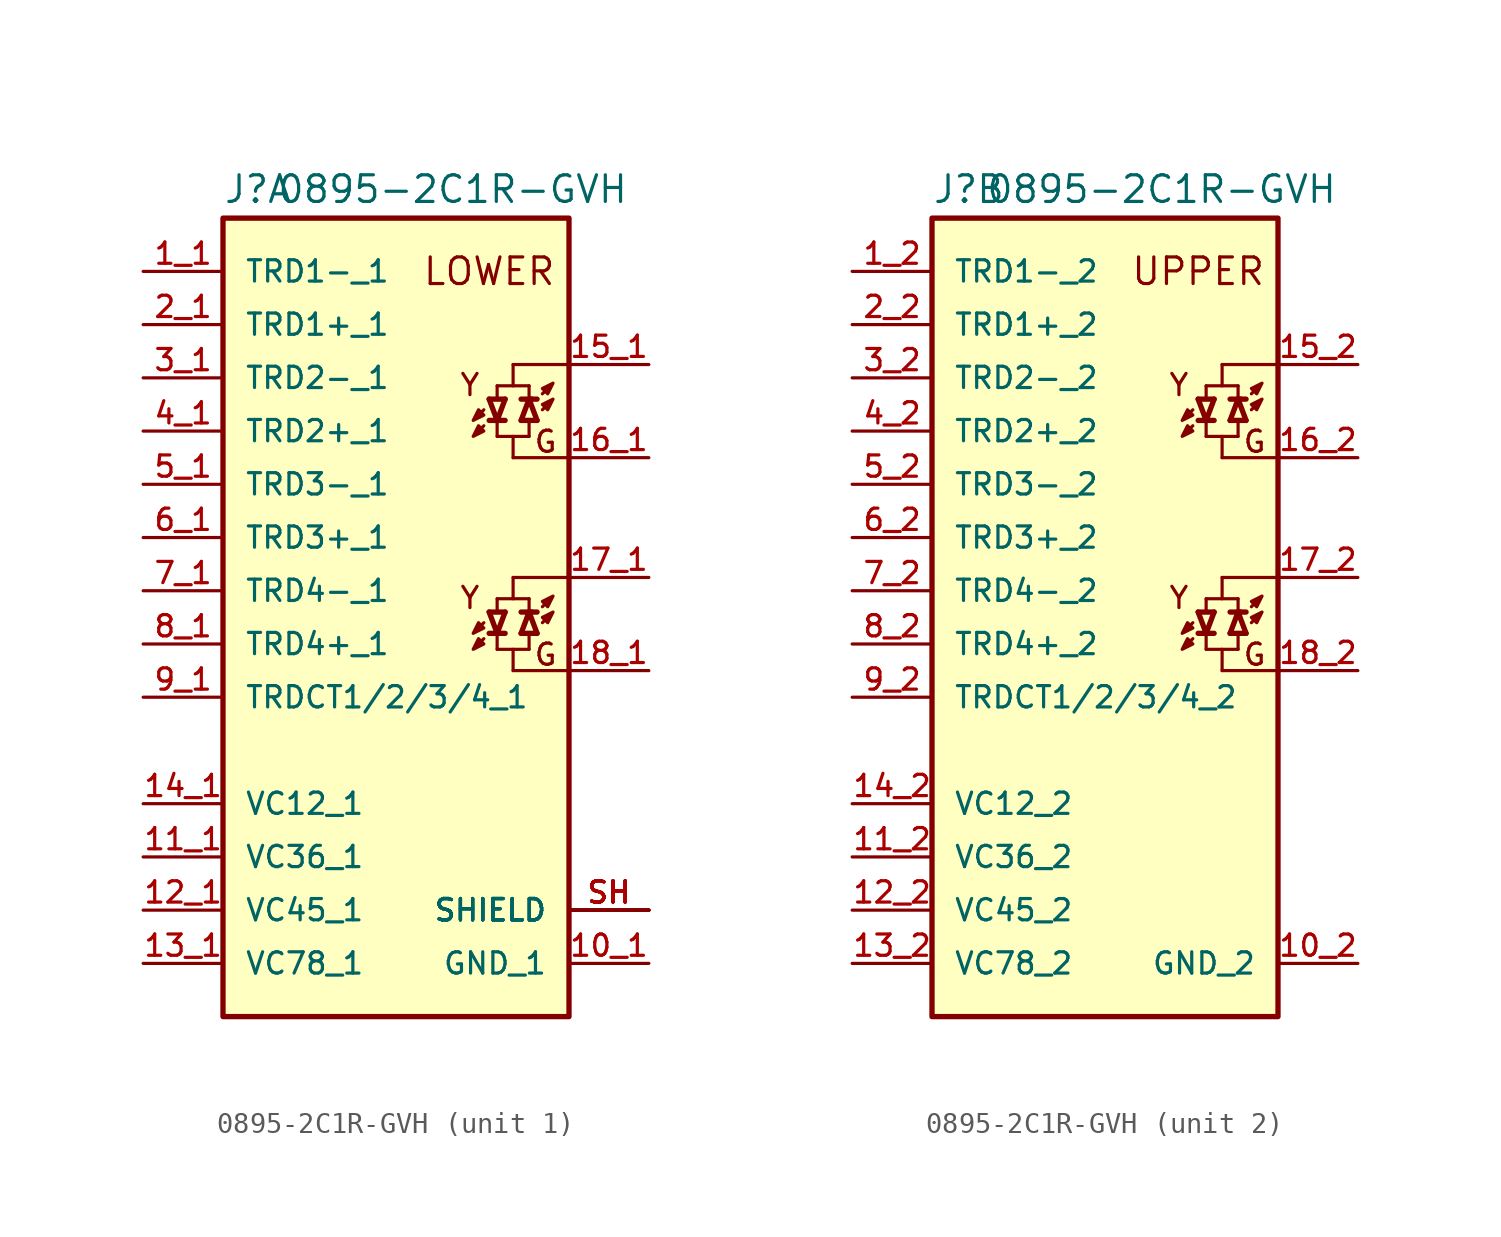
<source format=kicad_sym>
(kicad_symbol_lib
  (version 20211014)
  (generator kicad_symbol_editor)
  (symbol "0895-2C1R-GVH"
    (pin_names
      (offset 1.016))
    (property "Reference" "J"
      (at -7.62 20.955 0)
      (effects (font (size 1.27 1.27)) (justify left bottom)))
    (property "Value" "0895-2C1R-GVH"
      (at -5.08 20.955 0)
      (effects (font (size 1.27 1.27)) (justify left bottom)))
    (symbol "0895-2C1R-GVH_1_0"
      (rectangle (start -7.62 20.32) (end 8.89 -17.78) (stroke (width 0.254) (type default) (color 0 0 0 0)) (fill (type background)))
      (polyline (pts (xy 4.826 0.254) (xy 4.572 0)) (stroke (width 0.152) (type default) (color 0 0 0 0)) (fill (type none)))
      (polyline (pts (xy 4.826 1.016) (xy 4.572 0.762)) (stroke (width 0.152) (type default) (color 0 0 0 0)) (fill (type none)))
      (polyline (pts (xy 4.826 10.414) (xy 4.572 10.16)) (stroke (width 0.152) (type default) (color 0 0 0 0)) (fill (type none)))
      (polyline (pts (xy 4.826 11.176) (xy 4.572 10.922)) (stroke (width 0.152) (type default) (color 0 0 0 0)) (fill (type none)))
      (polyline (pts (xy 5.08 0.508) (xy 5.461 0.508)) (stroke (width 0.254) (type default) (color 0 0 0 0)) (fill (type none)))
      (polyline (pts (xy 5.08 1.524) (xy 5.461 0.508)) (stroke (width 0.254) (type default) (color 0 0 0 0)) (fill (type none)))
      (polyline (pts (xy 5.08 1.524) (xy 5.842 1.524)) (stroke (width 0.254) (type default) (color 0 0 0 0)) (fill (type none)))
      (polyline (pts (xy 5.08 10.668) (xy 5.461 10.668)) (stroke (width 0.254) (type default) (color 0 0 0 0)) (fill (type none)))
      (polyline (pts (xy 5.08 11.684) (xy 5.461 10.668)) (stroke (width 0.254) (type default) (color 0 0 0 0)) (fill (type none)))
      (polyline (pts (xy 5.08 11.684) (xy 5.842 11.684)) (stroke (width 0.254) (type default) (color 0 0 0 0)) (fill (type none)))
      (polyline (pts (xy 5.334 0.508) (xy 5.842 0.508)) (stroke (width 0.254) (type default) (color 0 0 0 0)) (fill (type none)))
      (polyline (pts (xy 5.334 10.668) (xy 5.842 10.668)) (stroke (width 0.254) (type default) (color 0 0 0 0)) (fill (type none)))
      (polyline (pts (xy 5.461 -0.254) (xy 6.985 -0.254)) (stroke (width 0.152) (type default) (color 0 0 0 0)) (fill (type none)))
      (polyline (pts (xy 5.461 0.381) (xy 5.461 -0.254)) (stroke (width 0.152) (type default) (color 0 0 0 0)) (fill (type none)))
      (polyline (pts (xy 5.461 0.508) (xy 5.842 1.524)) (stroke (width 0.254) (type default) (color 0 0 0 0)) (fill (type none)))
      (polyline (pts (xy 5.461 1.524) (xy 5.461 2.159)) (stroke (width 0.152) (type default) (color 0 0 0 0)) (fill (type none)))
      (polyline (pts (xy 5.461 9.906) (xy 6.985 9.906)) (stroke (width 0.152) (type default) (color 0 0 0 0)) (fill (type none)))
      (polyline (pts (xy 5.461 10.541) (xy 5.461 9.906)) (stroke (width 0.152) (type default) (color 0 0 0 0)) (fill (type none)))
      (polyline (pts (xy 5.461 10.668) (xy 5.842 11.684)) (stroke (width 0.254) (type default) (color 0 0 0 0)) (fill (type none)))
      (polyline (pts (xy 5.461 11.684) (xy 5.461 12.319)) (stroke (width 0.152) (type default) (color 0 0 0 0)) (fill (type none)))
      (polyline (pts (xy 6.223 -1.27) (xy 6.223 -0.254)) (stroke (width 0.152) (type default) (color 0 0 0 0)) (fill (type none)))
      (polyline (pts (xy 6.223 -1.27) (xy 8.89 -1.27)) (stroke (width 0.152) (type default) (color 0 0 0 0)) (fill (type none)))
      (polyline (pts (xy 6.223 2.159) (xy 6.223 3.175)) (stroke (width 0.152) (type default) (color 0 0 0 0)) (fill (type none)))
      (polyline (pts (xy 6.223 3.175) (xy 8.89 3.175)) (stroke (width 0.152) (type default) (color 0 0 0 0)) (fill (type none)))
      (polyline (pts (xy 6.223 8.89) (xy 6.223 9.906)) (stroke (width 0.152) (type default) (color 0 0 0 0)) (fill (type none)))
      (polyline (pts (xy 6.223 8.89) (xy 8.89 8.89)) (stroke (width 0.152) (type default) (color 0 0 0 0)) (fill (type none)))
      (polyline (pts (xy 6.223 12.319) (xy 6.223 13.335)) (stroke (width 0.152) (type default) (color 0 0 0 0)) (fill (type none)))
      (polyline (pts (xy 6.223 13.335) (xy 8.89 13.335)) (stroke (width 0.152) (type default) (color 0 0 0 0)) (fill (type none)))
      (polyline (pts (xy 6.985 0.381) (xy 6.985 -0.254)) (stroke (width 0.152) (type default) (color 0 0 0 0)) (fill (type none)))
      (polyline (pts (xy 6.985 1.524) (xy 6.604 0.508)) (stroke (width 0.254) (type default) (color 0 0 0 0)) (fill (type none)))
      (polyline (pts (xy 6.985 1.524) (xy 6.985 2.159)) (stroke (width 0.152) (type default) (color 0 0 0 0)) (fill (type none)))
      (polyline (pts (xy 6.985 2.159) (xy 5.461 2.159)) (stroke (width 0.152) (type default) (color 0 0 0 0)) (fill (type none)))
      (polyline (pts (xy 6.985 10.541) (xy 6.985 9.906)) (stroke (width 0.152) (type default) (color 0 0 0 0)) (fill (type none)))
      (polyline (pts (xy 6.985 11.684) (xy 6.604 10.668)) (stroke (width 0.254) (type default) (color 0 0 0 0)) (fill (type none)))
      (polyline (pts (xy 6.985 11.684) (xy 6.985 12.319)) (stroke (width 0.152) (type default) (color 0 0 0 0)) (fill (type none)))
      (polyline (pts (xy 6.985 12.319) (xy 5.461 12.319)) (stroke (width 0.152) (type default) (color 0 0 0 0)) (fill (type none)))
      (polyline (pts (xy 7.112 1.524) (xy 6.604 1.524)) (stroke (width 0.254) (type default) (color 0 0 0 0)) (fill (type none)))
      (polyline (pts (xy 7.112 11.684) (xy 6.604 11.684)) (stroke (width 0.254) (type default) (color 0 0 0 0)) (fill (type none)))
      (polyline (pts (xy 7.366 0.508) (xy 6.604 0.508)) (stroke (width 0.254) (type default) (color 0 0 0 0)) (fill (type none)))
      (polyline (pts (xy 7.366 0.508) (xy 6.985 1.524)) (stroke (width 0.254) (type default) (color 0 0 0 0)) (fill (type none)))
      (polyline (pts (xy 7.366 1.524) (xy 6.985 1.524)) (stroke (width 0.254) (type default) (color 0 0 0 0)) (fill (type none)))
      (polyline (pts (xy 7.366 10.668) (xy 6.604 10.668)) (stroke (width 0.254) (type default) (color 0 0 0 0)) (fill (type none)))
      (polyline (pts (xy 7.366 10.668) (xy 6.985 11.684)) (stroke (width 0.254) (type default) (color 0 0 0 0)) (fill (type none)))
      (polyline (pts (xy 7.366 11.684) (xy 6.985 11.684)) (stroke (width 0.254) (type default) (color 0 0 0 0)) (fill (type none)))
      (polyline (pts (xy 7.62 1.016) (xy 7.874 1.27)) (stroke (width 0.152) (type default) (color 0 0 0 0)) (fill (type none)))
      (polyline (pts (xy 7.62 1.778) (xy 7.874 2.032)) (stroke (width 0.152) (type default) (color 0 0 0 0)) (fill (type none)))
      (polyline (pts (xy 7.62 11.176) (xy 7.874 11.43)) (stroke (width 0.152) (type default) (color 0 0 0 0)) (fill (type none)))
      (polyline (pts (xy 7.62 11.938) (xy 7.874 12.192)) (stroke (width 0.152) (type default) (color 0 0 0 0)) (fill (type none)))
      (polyline (pts (xy 4.318 -0.254) (xy 4.826 0) (xy 4.572 0.254) (xy 4.318 -0.254)) (stroke (width 0.152) (type default) (color 0 0 0 0)) (fill (type outline)))
      (polyline (pts (xy 4.318 0.508) (xy 4.826 0.762) (xy 4.572 1.016) (xy 4.318 0.508)) (stroke (width 0.152) (type default) (color 0 0 0 0)) (fill (type outline)))
      (polyline (pts (xy 4.318 9.906) (xy 4.826 10.16) (xy 4.572 10.414) (xy 4.318 9.906)) (stroke (width 0.152) (type default) (color 0 0 0 0)) (fill (type outline)))
      (polyline (pts (xy 4.318 10.668) (xy 4.826 10.922) (xy 4.572 11.176) (xy 4.318 10.668)) (stroke (width 0.152) (type default) (color 0 0 0 0)) (fill (type outline)))
      (polyline (pts (xy 8.128 1.524) (xy 7.62 1.27) (xy 7.874 1.016) (xy 8.128 1.524)) (stroke (width 0.152) (type default) (color 0 0 0 0)) (fill (type outline)))
      (polyline (pts (xy 8.128 2.286) (xy 7.62 2.032) (xy 7.874 1.778) (xy 8.128 2.286)) (stroke (width 0.152) (type default) (color 0 0 0 0)) (fill (type outline)))
      (polyline (pts (xy 8.128 11.684) (xy 7.62 11.43) (xy 7.874 11.176) (xy 8.128 11.684)) (stroke (width 0.152) (type default) (color 0 0 0 0)) (fill (type outline)))
      (polyline (pts (xy 8.128 12.446) (xy 7.62 12.192) (xy 7.874 11.938) (xy 8.128 12.446)) (stroke (width 0.152) (type default) (color 0 0 0 0)) (fill (type outline)))
      (text "G" (at 8.382 -0.508 0) (effects (font (size 1.016 1.016)) (justify right)))
      (text "G" (at 8.382 9.652 0) (effects (font (size 1.016 1.016)) (justify right)))
      (text "LOWER" (at 5.08 17.78 0) (effects (font (size 1.27 1.27))))
      (text "Y" (at 4.699 2.794 0) (effects (font (size 1.016 1.016)) (justify right top)))
      (text "Y" (at 4.699 12.954 0) (effects (font (size 1.016 1.016)) (justify right top)))
      (pin power_in line (at 12.7 -15.24 180) (length 3.81) (name "GND_1" (effects (font (size 1.016 1.016)))) (number "10_1" (effects (font (size 1.016 1.016)))))
      (pin passive line (at -11.43 -10.16 0) (length 3.81) (name "VC36_1" (effects (font (size 1.016 1.016)))) (number "11_1" (effects (font (size 1.016 1.016)))))
      (pin passive line (at -11.43 -12.7 0) (length 3.81) (name "VC45_1" (effects (font (size 1.016 1.016)))) (number "12_1" (effects (font (size 1.016 1.016)))))
      (pin passive line (at -11.43 -15.24 0) (length 3.81) (name "VC78_1" (effects (font (size 1.016 1.016)))) (number "13_1" (effects (font (size 1.016 1.016)))))
      (pin passive line (at -11.43 -7.62 0) (length 3.81) (name "VC12_1" (effects (font (size 1.016 1.016)))) (number "14_1" (effects (font (size 1.016 1.016)))))
      (pin passive line (at 12.7 13.335 180) (length 3.81) (name "~" (effects (font (size 1.016 1.016)))) (number "15_1" (effects (font (size 1.016 1.016)))))
      (pin passive line (at 12.7 8.89 180) (length 3.81) (name "~" (effects (font (size 1.016 1.016)))) (number "16_1" (effects (font (size 1.016 1.016)))))
      (pin passive line (at 12.7 3.175 180) (length 3.81) (name "~" (effects (font (size 1.016 1.016)))) (number "17_1" (effects (font (size 1.016 1.016)))))
      (pin passive line (at 12.7 -1.27 180) (length 3.81) (name "~" (effects (font (size 1.016 1.016)))) (number "18_1" (effects (font (size 1.016 1.016)))))
      (pin passive line (at -11.43 17.78 0) (length 3.81) (name "TRD1-_1" (effects (font (size 1.016 1.016)))) (number "1_1" (effects (font (size 1.016 1.016)))))
      (pin passive line (at -11.43 15.24 0) (length 3.81) (name "TRD1+_1" (effects (font (size 1.016 1.016)))) (number "2_1" (effects (font (size 1.016 1.016)))))
      (pin passive line (at -11.43 12.7 0) (length 3.81) (name "TRD2-_1" (effects (font (size 1.016 1.016)))) (number "3_1" (effects (font (size 1.016 1.016)))))
      (pin passive line (at -11.43 10.16 0) (length 3.81) (name "TRD2+_1" (effects (font (size 1.016 1.016)))) (number "4_1" (effects (font (size 1.016 1.016)))))
      (pin passive line (at -11.43 7.62 0) (length 3.81) (name "TRD3-_1" (effects (font (size 1.016 1.016)))) (number "5_1" (effects (font (size 1.016 1.016)))))
      (pin passive line (at -11.43 5.08 0) (length 3.81) (name "TRD3+_1" (effects (font (size 1.016 1.016)))) (number "6_1" (effects (font (size 1.016 1.016)))))
      (pin passive line (at -11.43 2.54 0) (length 3.81) (name "TRD4-_1" (effects (font (size 1.016 1.016)))) (number "7_1" (effects (font (size 1.016 1.016)))))
      (pin passive line (at -11.43 0 0) (length 3.81) (name "TRD4+_1" (effects (font (size 1.016 1.016)))) (number "8_1" (effects (font (size 1.016 1.016)))))
      (pin passive line (at -11.43 -2.54 0) (length 3.81) (name "TRDCT1/2/3/4_1" (effects (font (size 1.016 1.016)))) (number "9_1" (effects (font (size 1.016 1.016)))))
      (pin passive line (at 12.7 -12.7 180) (length 3.81) (name "SHIELD" (effects (font (size 1.016 1.016)))) (number "SH" (effects (font (size 1.016 1.016)))))
      (pin passive line (at 12.7 -12.7 180) (length 3.81) (name "SHIELD" (effects (font (size 1.016 1.016)))) (number "SH" (effects (font (size 1.016 1.016)))))
      (pin passive line (at 12.7 -12.7 180) (length 3.81) (name "SHIELD" (effects (font (size 1.016 1.016)))) (number "SH" (effects (font (size 1.016 1.016)))))
      (pin passive line (at 12.7 -12.7 180) (length 3.81) (name "SHIELD" (effects (font (size 1.016 1.016)))) (number "SH" (effects (font (size 1.016 1.016)))))
      (pin passive line (at 12.7 -12.7 180) (length 3.81) (name "SHIELD" (effects (font (size 1.016 1.016)))) (number "SH" (effects (font (size 1.016 1.016)))))
      (pin passive line (at 12.7 -12.7 180) (length 3.81) (name "SHIELD" (effects (font (size 1.016 1.016)))) (number "SH" (effects (font (size 1.016 1.016))))))
    (symbol "0895-2C1R-GVH_2_0"
      (rectangle (start -7.62 20.32) (end 8.89 -17.78) (stroke (width 0.254) (type default) (color 0 0 0 0)) (fill (type background)))
      (polyline (pts (xy 4.826 0.254) (xy 4.572 0)) (stroke (width 0.152) (type default) (color 0 0 0 0)) (fill (type none)))
      (polyline (pts (xy 4.826 1.016) (xy 4.572 0.762)) (stroke (width 0.152) (type default) (color 0 0 0 0)) (fill (type none)))
      (polyline (pts (xy 4.826 10.414) (xy 4.572 10.16)) (stroke (width 0.152) (type default) (color 0 0 0 0)) (fill (type none)))
      (polyline (pts (xy 4.826 11.176) (xy 4.572 10.922)) (stroke (width 0.152) (type default) (color 0 0 0 0)) (fill (type none)))
      (polyline (pts (xy 5.08 0.508) (xy 5.461 0.508)) (stroke (width 0.254) (type default) (color 0 0 0 0)) (fill (type none)))
      (polyline (pts (xy 5.08 1.524) (xy 5.461 0.508)) (stroke (width 0.254) (type default) (color 0 0 0 0)) (fill (type none)))
      (polyline (pts (xy 5.08 1.524) (xy 5.842 1.524)) (stroke (width 0.254) (type default) (color 0 0 0 0)) (fill (type none)))
      (polyline (pts (xy 5.08 10.668) (xy 5.461 10.668)) (stroke (width 0.254) (type default) (color 0 0 0 0)) (fill (type none)))
      (polyline (pts (xy 5.08 11.684) (xy 5.461 10.668)) (stroke (width 0.254) (type default) (color 0 0 0 0)) (fill (type none)))
      (polyline (pts (xy 5.08 11.684) (xy 5.842 11.684)) (stroke (width 0.254) (type default) (color 0 0 0 0)) (fill (type none)))
      (polyline (pts (xy 5.334 0.508) (xy 5.842 0.508)) (stroke (width 0.254) (type default) (color 0 0 0 0)) (fill (type none)))
      (polyline (pts (xy 5.334 10.668) (xy 5.842 10.668)) (stroke (width 0.254) (type default) (color 0 0 0 0)) (fill (type none)))
      (polyline (pts (xy 5.461 -0.254) (xy 6.985 -0.254)) (stroke (width 0.152) (type default) (color 0 0 0 0)) (fill (type none)))
      (polyline (pts (xy 5.461 0.381) (xy 5.461 -0.254)) (stroke (width 0.152) (type default) (color 0 0 0 0)) (fill (type none)))
      (polyline (pts (xy 5.461 0.508) (xy 5.842 1.524)) (stroke (width 0.254) (type default) (color 0 0 0 0)) (fill (type none)))
      (polyline (pts (xy 5.461 1.524) (xy 5.461 2.159)) (stroke (width 0.152) (type default) (color 0 0 0 0)) (fill (type none)))
      (polyline (pts (xy 5.461 9.906) (xy 6.985 9.906)) (stroke (width 0.152) (type default) (color 0 0 0 0)) (fill (type none)))
      (polyline (pts (xy 5.461 10.541) (xy 5.461 9.906)) (stroke (width 0.152) (type default) (color 0 0 0 0)) (fill (type none)))
      (polyline (pts (xy 5.461 10.668) (xy 5.842 11.684)) (stroke (width 0.254) (type default) (color 0 0 0 0)) (fill (type none)))
      (polyline (pts (xy 5.461 11.684) (xy 5.461 12.319)) (stroke (width 0.152) (type default) (color 0 0 0 0)) (fill (type none)))
      (polyline (pts (xy 6.223 -1.27) (xy 6.223 -0.254)) (stroke (width 0.152) (type default) (color 0 0 0 0)) (fill (type none)))
      (polyline (pts (xy 6.223 -1.27) (xy 8.89 -1.27)) (stroke (width 0.152) (type default) (color 0 0 0 0)) (fill (type none)))
      (polyline (pts (xy 6.223 2.159) (xy 6.223 3.175)) (stroke (width 0.152) (type default) (color 0 0 0 0)) (fill (type none)))
      (polyline (pts (xy 6.223 3.175) (xy 8.89 3.175)) (stroke (width 0.152) (type default) (color 0 0 0 0)) (fill (type none)))
      (polyline (pts (xy 6.223 8.89) (xy 6.223 9.906)) (stroke (width 0.152) (type default) (color 0 0 0 0)) (fill (type none)))
      (polyline (pts (xy 6.223 8.89) (xy 8.89 8.89)) (stroke (width 0.152) (type default) (color 0 0 0 0)) (fill (type none)))
      (polyline (pts (xy 6.223 12.319) (xy 6.223 13.335)) (stroke (width 0.152) (type default) (color 0 0 0 0)) (fill (type none)))
      (polyline (pts (xy 6.223 13.335) (xy 8.89 13.335)) (stroke (width 0.152) (type default) (color 0 0 0 0)) (fill (type none)))
      (polyline (pts (xy 6.985 0.381) (xy 6.985 -0.254)) (stroke (width 0.152) (type default) (color 0 0 0 0)) (fill (type none)))
      (polyline (pts (xy 6.985 1.524) (xy 6.604 0.508)) (stroke (width 0.254) (type default) (color 0 0 0 0)) (fill (type none)))
      (polyline (pts (xy 6.985 1.524) (xy 6.985 2.159)) (stroke (width 0.152) (type default) (color 0 0 0 0)) (fill (type none)))
      (polyline (pts (xy 6.985 2.159) (xy 5.461 2.159)) (stroke (width 0.152) (type default) (color 0 0 0 0)) (fill (type none)))
      (polyline (pts (xy 6.985 10.541) (xy 6.985 9.906)) (stroke (width 0.152) (type default) (color 0 0 0 0)) (fill (type none)))
      (polyline (pts (xy 6.985 11.684) (xy 6.604 10.668)) (stroke (width 0.254) (type default) (color 0 0 0 0)) (fill (type none)))
      (polyline (pts (xy 6.985 11.684) (xy 6.985 12.319)) (stroke (width 0.152) (type default) (color 0 0 0 0)) (fill (type none)))
      (polyline (pts (xy 6.985 12.319) (xy 5.461 12.319)) (stroke (width 0.152) (type default) (color 0 0 0 0)) (fill (type none)))
      (polyline (pts (xy 7.112 1.524) (xy 6.604 1.524)) (stroke (width 0.254) (type default) (color 0 0 0 0)) (fill (type none)))
      (polyline (pts (xy 7.112 11.684) (xy 6.604 11.684)) (stroke (width 0.254) (type default) (color 0 0 0 0)) (fill (type none)))
      (polyline (pts (xy 7.366 0.508) (xy 6.604 0.508)) (stroke (width 0.254) (type default) (color 0 0 0 0)) (fill (type none)))
      (polyline (pts (xy 7.366 0.508) (xy 6.985 1.524)) (stroke (width 0.254) (type default) (color 0 0 0 0)) (fill (type none)))
      (polyline (pts (xy 7.366 1.524) (xy 6.985 1.524)) (stroke (width 0.254) (type default) (color 0 0 0 0)) (fill (type none)))
      (polyline (pts (xy 7.366 10.668) (xy 6.604 10.668)) (stroke (width 0.254) (type default) (color 0 0 0 0)) (fill (type none)))
      (polyline (pts (xy 7.366 10.668) (xy 6.985 11.684)) (stroke (width 0.254) (type default) (color 0 0 0 0)) (fill (type none)))
      (polyline (pts (xy 7.366 11.684) (xy 6.985 11.684)) (stroke (width 0.254) (type default) (color 0 0 0 0)) (fill (type none)))
      (polyline (pts (xy 7.62 1.016) (xy 7.874 1.27)) (stroke (width 0.152) (type default) (color 0 0 0 0)) (fill (type none)))
      (polyline (pts (xy 7.62 1.778) (xy 7.874 2.032)) (stroke (width 0.152) (type default) (color 0 0 0 0)) (fill (type none)))
      (polyline (pts (xy 7.62 11.176) (xy 7.874 11.43)) (stroke (width 0.152) (type default) (color 0 0 0 0)) (fill (type none)))
      (polyline (pts (xy 7.62 11.938) (xy 7.874 12.192)) (stroke (width 0.152) (type default) (color 0 0 0 0)) (fill (type none)))
      (polyline (pts (xy 4.318 -0.254) (xy 4.826 0) (xy 4.572 0.254) (xy 4.318 -0.254)) (stroke (width 0.152) (type default) (color 0 0 0 0)) (fill (type outline)))
      (polyline (pts (xy 4.318 0.508) (xy 4.826 0.762) (xy 4.572 1.016) (xy 4.318 0.508)) (stroke (width 0.152) (type default) (color 0 0 0 0)) (fill (type outline)))
      (polyline (pts (xy 4.318 9.906) (xy 4.826 10.16) (xy 4.572 10.414) (xy 4.318 9.906)) (stroke (width 0.152) (type default) (color 0 0 0 0)) (fill (type outline)))
      (polyline (pts (xy 4.318 10.668) (xy 4.826 10.922) (xy 4.572 11.176) (xy 4.318 10.668)) (stroke (width 0.152) (type default) (color 0 0 0 0)) (fill (type outline)))
      (polyline (pts (xy 8.128 1.524) (xy 7.62 1.27) (xy 7.874 1.016) (xy 8.128 1.524)) (stroke (width 0.152) (type default) (color 0 0 0 0)) (fill (type outline)))
      (polyline (pts (xy 8.128 2.286) (xy 7.62 2.032) (xy 7.874 1.778) (xy 8.128 2.286)) (stroke (width 0.152) (type default) (color 0 0 0 0)) (fill (type outline)))
      (polyline (pts (xy 8.128 11.684) (xy 7.62 11.43) (xy 7.874 11.176) (xy 8.128 11.684)) (stroke (width 0.152) (type default) (color 0 0 0 0)) (fill (type outline)))
      (polyline (pts (xy 8.128 12.446) (xy 7.62 12.192) (xy 7.874 11.938) (xy 8.128 12.446)) (stroke (width 0.152) (type default) (color 0 0 0 0)) (fill (type outline)))
      (text "G" (at 8.382 -0.508 0) (effects (font (size 1.016 1.016)) (justify right)))
      (text "G" (at 8.382 9.652 0) (effects (font (size 1.016 1.016)) (justify right)))
      (text "UPPER" (at 5.08 17.78 0) (effects (font (size 1.27 1.27))))
      (text "Y" (at 4.699 2.794 0) (effects (font (size 1.016 1.016)) (justify right top)))
      (text "Y" (at 4.699 12.954 0) (effects (font (size 1.016 1.016)) (justify right top)))
      (pin passive line (at 12.7 -15.24 180) (length 3.81) (name "GND_2" (effects (font (size 1.016 1.016)))) (number "10_2" (effects (font (size 1.016 1.016)))))
      (pin passive line (at -11.43 -10.16 0) (length 3.81) (name "VC36_2" (effects (font (size 1.016 1.016)))) (number "11_2" (effects (font (size 1.016 1.016)))))
      (pin passive line (at -11.43 -12.7 0) (length 3.81) (name "VC45_2" (effects (font (size 1.016 1.016)))) (number "12_2" (effects (font (size 1.016 1.016)))))
      (pin passive line (at -11.43 -15.24 0) (length 3.81) (name "VC78_2" (effects (font (size 1.016 1.016)))) (number "13_2" (effects (font (size 1.016 1.016)))))
      (pin passive line (at -11.43 -7.62 0) (length 3.81) (name "VC12_2" (effects (font (size 1.016 1.016)))) (number "14_2" (effects (font (size 1.016 1.016)))))
      (pin passive line (at 12.7 13.335 180) (length 3.81) (name "~" (effects (font (size 1.016 1.016)))) (number "15_2" (effects (font (size 1.016 1.016)))))
      (pin passive line (at 12.7 8.89 180) (length 3.81) (name "~" (effects (font (size 1.016 1.016)))) (number "16_2" (effects (font (size 1.016 1.016)))))
      (pin passive line (at 12.7 3.175 180) (length 3.81) (name "~" (effects (font (size 1.016 1.016)))) (number "17_2" (effects (font (size 1.016 1.016)))))
      (pin passive line (at 12.7 -1.27 180) (length 3.81) (name "~" (effects (font (size 1.016 1.016)))) (number "18_2" (effects (font (size 1.016 1.016)))))
      (pin passive line (at -11.43 17.78 0) (length 3.81) (name "TRD1-_2" (effects (font (size 1.016 1.016)))) (number "1_2" (effects (font (size 1.016 1.016)))))
      (pin passive line (at -11.43 15.24 0) (length 3.81) (name "TRD1+_2" (effects (font (size 1.016 1.016)))) (number "2_2" (effects (font (size 1.016 1.016)))))
      (pin passive line (at -11.43 12.7 0) (length 3.81) (name "TRD2-_2" (effects (font (size 1.016 1.016)))) (number "3_2" (effects (font (size 1.016 1.016)))))
      (pin passive line (at -11.43 10.16 0) (length 3.81) (name "TRD2+_2" (effects (font (size 1.016 1.016)))) (number "4_2" (effects (font (size 1.016 1.016)))))
      (pin passive line (at -11.43 7.62 0) (length 3.81) (name "TRD3-_2" (effects (font (size 1.016 1.016)))) (number "5_2" (effects (font (size 1.016 1.016)))))
      (pin passive line (at -11.43 5.08 0) (length 3.81) (name "TRD3+_2" (effects (font (size 1.016 1.016)))) (number "6_2" (effects (font (size 1.016 1.016)))))
      (pin passive line (at -11.43 2.54 0) (length 3.81) (name "TRD4-_2" (effects (font (size 1.016 1.016)))) (number "7_2" (effects (font (size 1.016 1.016)))))
      (pin passive line (at -11.43 0 0) (length 3.81) (name "TRD4+_2" (effects (font (size 1.016 1.016)))) (number "8_2" (effects (font (size 1.016 1.016)))))
      (pin passive line (at -11.43 -2.54 0) (length 3.81) (name "TRDCT1/2/3/4_2" (effects (font (size 1.016 1.016)))) (number "9_2" (effects (font (size 1.016 1.016))))))))
</source>
